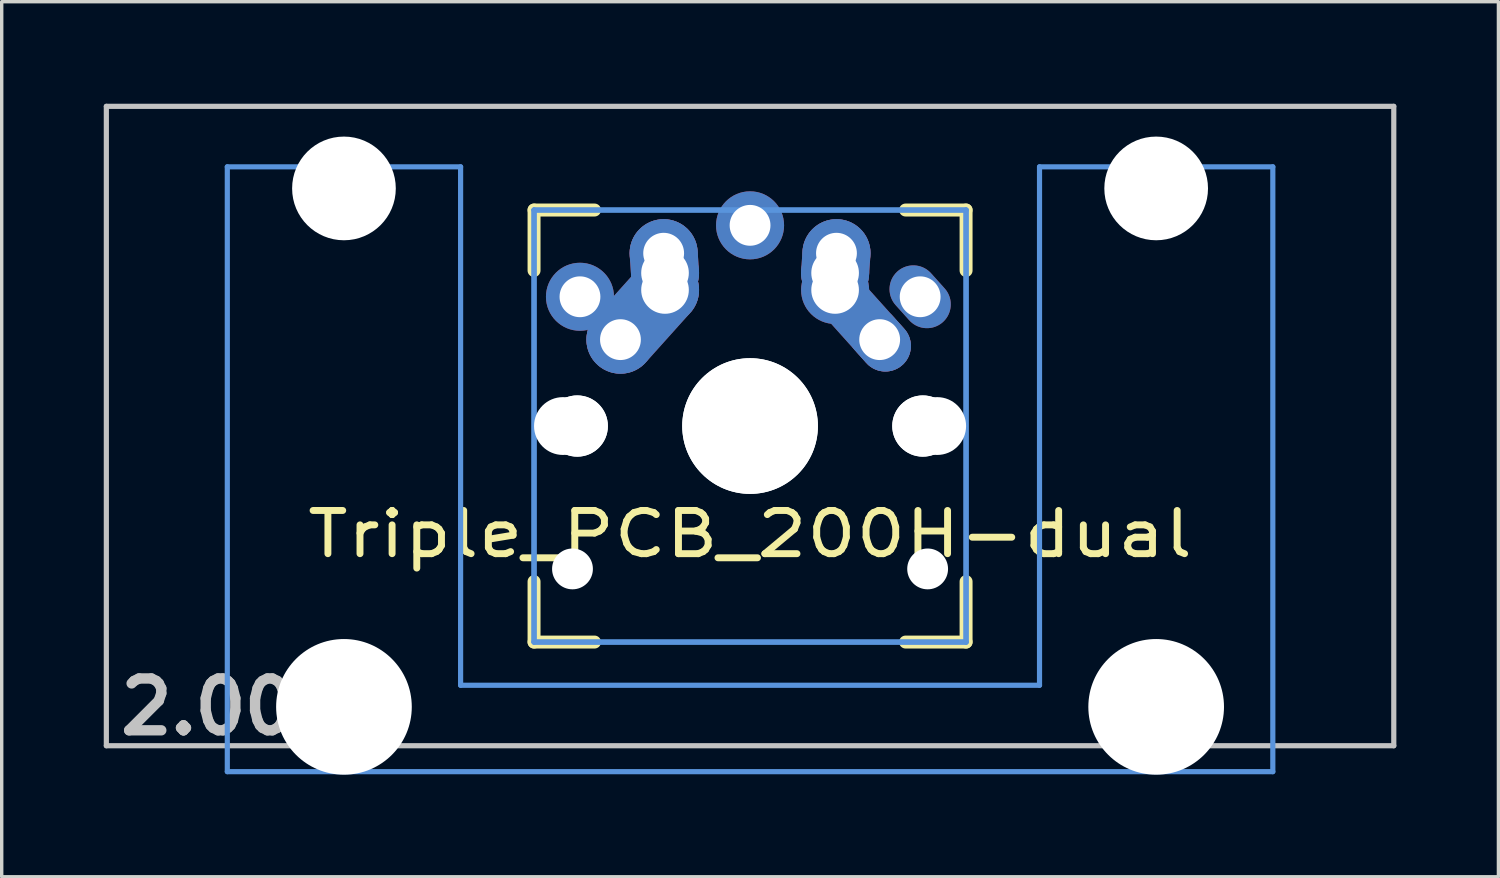
<source format=kicad_pcb>
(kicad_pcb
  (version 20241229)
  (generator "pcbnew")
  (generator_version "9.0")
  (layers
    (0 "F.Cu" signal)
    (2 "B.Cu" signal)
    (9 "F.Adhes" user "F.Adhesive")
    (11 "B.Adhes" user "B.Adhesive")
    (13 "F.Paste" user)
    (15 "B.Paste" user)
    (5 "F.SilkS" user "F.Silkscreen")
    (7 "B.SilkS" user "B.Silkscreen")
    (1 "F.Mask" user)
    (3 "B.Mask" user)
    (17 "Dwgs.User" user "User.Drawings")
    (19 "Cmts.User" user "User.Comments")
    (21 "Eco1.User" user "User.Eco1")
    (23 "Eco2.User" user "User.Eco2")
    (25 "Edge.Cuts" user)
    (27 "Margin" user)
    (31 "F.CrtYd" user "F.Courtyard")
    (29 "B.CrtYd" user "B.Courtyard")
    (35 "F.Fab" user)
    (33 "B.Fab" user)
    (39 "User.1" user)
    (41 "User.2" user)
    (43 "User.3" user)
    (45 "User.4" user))
  (footprint "Triple_PCB_200H-dual"
    (layer "F.Cu")
    (at 18.999 9.474)
    (property "Reference" "Triple_PCB_200H-dual" (at 0 3.175 0) (layer "F.SilkS") (effects (font (size 1.27 1.524) (thickness 0.203))))
    (attr through_hole)
    (fp_line (start -6.35 -6.35) (end -4.572 -6.35) (stroke (width 0.381) (type solid)) (layer "F.SilkS"))
    (fp_line (start -6.35 -4.572) (end -6.35 -6.35) (stroke (width 0.381) (type solid)) (layer "F.SilkS"))
    (fp_line (start -6.35 6.35) (end -6.35 4.572) (stroke (width 0.381) (type solid)) (layer "F.SilkS"))
    (fp_line (start -4.572 6.35) (end -6.35 6.35) (stroke (width 0.381) (type solid)) (layer "F.SilkS"))
    (fp_line (start 4.572 -6.35) (end 6.35 -6.35) (stroke (width 0.381) (type solid)) (layer "F.SilkS"))
    (fp_line (start 6.35 -6.35) (end 6.35 -4.572) (stroke (width 0.381) (type solid)) (layer "F.SilkS"))
    (fp_line (start 6.35 4.572) (end 6.35 6.35) (stroke (width 0.381) (type solid)) (layer "F.SilkS"))
    (fp_line (start 6.35 6.35) (end 4.572 6.35) (stroke (width 0.381) (type solid)) (layer "F.SilkS"))
    (fp_line (start -18.923 -9.398) (end 18.923 -9.398) (stroke (width 0.152) (type solid)) (layer "Dwgs.User"))
    (fp_line (start -18.923 9.398) (end -18.923 -9.398) (stroke (width 0.152) (type solid)) (layer "Dwgs.User"))
    (fp_line (start 18.923 -9.398) (end 18.923 9.398) (stroke (width 0.152) (type solid)) (layer "Dwgs.User"))
    (fp_line (start 18.923 9.398) (end -18.923 9.398) (stroke (width 0.152) (type solid)) (layer "Dwgs.User"))
    (fp_line (start -15.367 -7.62) (end -15.367 10.16) (stroke (width 0.152) (type solid)) (layer "Cmts.User"))
    (fp_line (start -15.367 10.16) (end 15.367 10.16) (stroke (width 0.152) (type solid)) (layer "Cmts.User"))
    (fp_line (start -8.509 -7.62) (end -15.367 -7.62) (stroke (width 0.152) (type solid)) (layer "Cmts.User"))
    (fp_line (start -8.509 7.62) (end -8.509 -7.62) (stroke (width 0.152) (type solid)) (layer "Cmts.User"))
    (fp_line (start -6.35 -6.35) (end 6.35 -6.35) (stroke (width 0.152) (type solid)) (layer "Cmts.User"))
    (fp_line (start -6.35 -6.35) (end 6.35 -6.35) (stroke (width 0.152) (type solid)) (layer "Cmts.User"))
    (fp_line (start -6.35 6.35) (end -6.35 -6.35) (stroke (width 0.152) (type solid)) (layer "Cmts.User"))
    (fp_line (start -6.35 6.35) (end -6.35 -6.35) (stroke (width 0.152) (type solid)) (layer "Cmts.User"))
    (fp_line (start 6.35 -6.35) (end 6.35 6.35) (stroke (width 0.152) (type solid)) (layer "Cmts.User"))
    (fp_line (start 6.35 -6.35) (end 6.35 6.35) (stroke (width 0.152) (type solid)) (layer "Cmts.User"))
    (fp_line (start 6.35 6.35) (end -6.35 6.35) (stroke (width 0.152) (type solid)) (layer "Cmts.User"))
    (fp_line (start 6.35 6.35) (end -6.35 6.35) (stroke (width 0.152) (type solid)) (layer "Cmts.User"))
    (fp_line (start 8.509 -7.62) (end 8.509 7.62) (stroke (width 0.152) (type solid)) (layer "Cmts.User"))
    (fp_line (start 8.509 7.62) (end -8.509 7.62) (stroke (width 0.152) (type solid)) (layer "Cmts.User"))
    (fp_line (start 15.367 -7.62) (end 8.509 -7.62) (stroke (width 0.152) (type solid)) (layer "Cmts.User"))
    (fp_line (start 15.367 10.16) (end 15.367 -7.62) (stroke (width 0.152) (type solid)) (layer "Cmts.User"))
    (fp_line (start -16.129 -2.286) (end -15.265 -2.286) (stroke (width 0.152) (type solid)) (layer "Eco2.User"))
    (fp_line (start -16.129 0.508) (end -16.129 -2.286) (stroke (width 0.152) (type solid)) (layer "Eco2.User"))
    (fp_line (start -15.265 -5.69) (end -8.611 -5.69) (stroke (width 0.152) (type solid)) (layer "Eco2.User"))
    (fp_line (start -15.265 -2.286) (end -15.265 -5.69) (stroke (width 0.152) (type solid)) (layer "Eco2.User"))
    (fp_line (start -15.265 0.508) (end -16.129 0.508) (stroke (width 0.152) (type solid)) (layer "Eco2.User"))
    (fp_line (start -15.265 6.604) (end -15.265 0.508) (stroke (width 0.152) (type solid)) (layer "Eco2.User"))
    (fp_line (start -14.224 6.604) (end -15.265 6.604) (stroke (width 0.152) (type solid)) (layer "Eco2.User"))
    (fp_line (start -14.224 7.772) (end -14.224 6.604) (stroke (width 0.152) (type solid)) (layer "Eco2.User"))
    (fp_line (start -9.652 6.604) (end -9.652 7.772) (stroke (width 0.152) (type solid)) (layer "Eco2.User"))
    (fp_line (start -9.652 7.772) (end -14.224 7.772) (stroke (width 0.152) (type solid)) (layer "Eco2.User"))
    (fp_line (start -8.611 -5.69) (end -8.611 -4.877) (stroke (width 0.152) (type solid)) (layer "Eco2.User"))
    (fp_line (start -8.611 -4.877) (end -6.985 -4.877) (stroke (width 0.152) (type solid)) (layer "Eco2.User"))
    (fp_line (start -8.611 5.817) (end -8.611 6.604) (stroke (width 0.152) (type solid)) (layer "Eco2.User"))
    (fp_line (start -8.611 6.604) (end -9.652 6.604) (stroke (width 0.152) (type solid)) (layer "Eco2.User"))
    (fp_line (start -7.5 -7.5) (end 7.5 -7.5) (stroke (width 0.152) (type solid)) (layer "Eco2.User"))
    (fp_line (start -7.5 7.5) (end -7.5 -7.5) (stroke (width 0.152) (type solid)) (layer "Eco2.User"))
    (fp_line (start -6.985 -6.985) (end 6.985 -6.985) (stroke (width 0.152) (type solid)) (layer "Eco2.User"))
    (fp_line (start -6.985 -6.985) (end 6.985 -6.985) (stroke (width 0.152) (type solid)) (layer "Eco2.User"))
    (fp_line (start -6.985 -4.877) (end -6.985 -6.985) (stroke (width 0.152) (type solid)) (layer "Eco2.User"))
    (fp_line (start -6.985 5.817) (end -8.611 5.817) (stroke (width 0.152) (type solid)) (layer "Eco2.User"))
    (fp_line (start -6.985 6.985) (end -6.985 -6.985) (stroke (width 0.152) (type solid)) (layer "Eco2.User"))
    (fp_line (start -6.985 6.985) (end -6.985 5.817) (stroke (width 0.152) (type solid)) (layer "Eco2.User"))
    (fp_line (start 6.985 -6.985) (end 6.985 -4.877) (stroke (width 0.152) (type solid)) (layer "Eco2.User"))
    (fp_line (start 6.985 -6.985) (end 6.985 6.985) (stroke (width 0.152) (type solid)) (layer "Eco2.User"))
    (fp_line (start 6.985 -4.877) (end 8.611 -4.877) (stroke (width 0.152) (type solid)) (layer "Eco2.User"))
    (fp_line (start 6.985 5.817) (end 6.985 6.985) (stroke (width 0.152) (type solid)) (layer "Eco2.User"))
    (fp_line (start 6.985 6.985) (end -6.985 6.985) (stroke (width 0.152) (type solid)) (layer "Eco2.User"))
    (fp_line (start 6.985 6.985) (end -6.985 6.985) (stroke (width 0.152) (type solid)) (layer "Eco2.User"))
    (fp_line (start 7.5 -7.5) (end 7.5 7.5) (stroke (width 0.152) (type solid)) (layer "Eco2.User"))
    (fp_line (start 7.5 7.5) (end -7.5 7.5) (stroke (width 0.152) (type solid)) (layer "Eco2.User"))
    (fp_line (start 8.611 -5.69) (end 15.265 -5.69) (stroke (width 0.152) (type solid)) (layer "Eco2.User"))
    (fp_line (start 8.611 -4.877) (end 8.611 -5.69) (stroke (width 0.152) (type solid)) (layer "Eco2.User"))
    (fp_line (start 8.611 5.817) (end 6.985 5.817) (stroke (width 0.152) (type solid)) (layer "Eco2.User"))
    (fp_line (start 8.611 6.604) (end 8.611 5.817) (stroke (width 0.152) (type solid)) (layer "Eco2.User"))
    (fp_line (start 9.652 6.604) (end 8.611 6.604) (stroke (width 0.152) (type solid)) (layer "Eco2.User"))
    (fp_line (start 9.652 7.772) (end 9.652 6.604) (stroke (width 0.152) (type solid)) (layer "Eco2.User"))
    (fp_line (start 14.224 6.604) (end 14.224 7.772) (stroke (width 0.152) (type solid)) (layer "Eco2.User"))
    (fp_line (start 14.224 7.772) (end 9.652 7.772) (stroke (width 0.152) (type solid)) (layer "Eco2.User"))
    (fp_line (start 15.265 -5.69) (end 15.265 -2.286) (stroke (width 0.152) (type solid)) (layer "Eco2.User"))
    (fp_line (start 15.265 -2.286) (end 16.129 -2.286) (stroke (width 0.152) (type solid)) (layer "Eco2.User"))
    (fp_line (start 15.265 0.508) (end 15.265 6.604) (stroke (width 0.152) (type solid)) (layer "Eco2.User"))
    (fp_line (start 15.265 6.604) (end 14.224 6.604) (stroke (width 0.152) (type solid)) (layer "Eco2.User"))
    (fp_line (start 16.129 -2.286) (end 16.129 0.508) (stroke (width 0.152) (type solid)) (layer "Eco2.User"))
    (fp_line (start 16.129 0.508) (end 15.265 0.508) (stroke (width 0.152) (type solid)) (layer "Eco2.User"))
    (fp_text user "2.00u" (at -15.24 8.255 0) (layer "Dwgs.User") (effects (font (size 1.524 1.524) (thickness 0.305))))
    (pad "" np_thru_hole circle (at -11.938 -6.985) (size 3.048 3.048) (drill 3.048) (layers "*.Cu"))
    (pad "" np_thru_hole circle (at -11.938 8.255) (size 3.988 3.988) (drill 3.988) (layers "*.Cu"))
    (pad "" np_thru_hole circle (at -5.5 0) (size 1.7 1.7) (drill 1.7) (layers "*.Cu"))
    (pad "" np_thru_hole circle (at -5.22 4.2) (size 1.2 1.2) (drill 1.2) (layers "*.Cu"))
    (pad "" np_thru_hole circle (at -5.08 0) (size 1.8 1.8) (drill 1.8) (layers "*.Cu"))
    (pad "" np_thru_hole circle (at -5.08 0) (size 1.8 1.8) (drill 1.8) (layers "*.Cu"))
    (pad "" np_thru_hole circle (at 0 0) (size 3.988 3.988) (drill 3.988) (layers "*.Cu"))
    (pad "" np_thru_hole circle (at 0 0) (size 3.988 3.988) (drill 3.988) (layers "*.Cu"))
    (pad "" np_thru_hole circle (at 5.08 0) (size 1.8 1.8) (drill 1.8) (layers "*.Cu"))
    (pad "" np_thru_hole circle (at 5.08 0) (size 1.8 1.8) (drill 1.8) (layers "*.Cu"))
    (pad "" np_thru_hole circle (at 5.22 4.2) (size 1.2 1.2) (drill 1.2) (layers "*.Cu"))
    (pad "" np_thru_hole circle (at 5.5 0) (size 1.7 1.7) (drill 1.7) (layers "*.Cu"))
    (pad "" np_thru_hole circle (at 11.938 -6.985) (size 3.048 3.048) (drill 3.048) (layers "*.Cu"))
    (pad "" np_thru_hole circle (at 11.938 8.255) (size 3.988 3.988) (drill 3.988) (layers "*.Cu"))
    (pad "1" thru_hole circle (at -5 -3.8 138.1) (size 2 2) (drill 1.2) (layers "*.Cu" "*.Mask"))
    (pad "1" thru_hole circle (at -3.81 -2.54) (size 2 2) (drill oval 1.2) (layers "*.Cu" "*.Mask"))
    (pad "1" smd oval (at -3.155 -3.27 138.1) (size 2 3.962) (layers "F.Cu" "F.Mask" "F.Paste"))
    (pad "1" smd oval (at -3.155 -3.27 138.1) (size 2 3.962) (layers "B.Cu" "B.Mask" "B.Paste"))
    (pad "1" thru_hole circle (at -2.54 -5.08 330.95) (size 2 2) (drill 1.2) (layers "*.Cu" "*.Mask"))
    (pad "1" smd oval (at -2.52 -4.79 3.945) (size 2 2.581) (layers "F.Cu" "F.Mask" "F.Paste"))
    (pad "1" smd oval (at -2.52 -4.79 3.945) (size 2 2.581) (layers "B.Cu" "B.Mask" "B.Paste"))
    (pad "1" thru_hole circle (at -2.5 -4.5 330.95) (size 2 2) (drill 1.4) (layers "*.Cu" "*.Mask"))
    (pad "1" thru_hole circle (at -2.5 -4 330.95) (size 2 2) (drill 1.4) (layers "*.Cu" "*.Mask"))
    (pad "1" thru_hole oval (at 5 -3.8 221.9) (size 1.4 2) (drill 1.2) (layers "*.Cu" "*.Mask"))
    (pad "2" thru_hole circle (at 0 -5.9) (size 2 2) (drill 1.2) (layers "*.Cu" "*.Mask"))
    (pad "2" thru_hole circle (at 2.5 -4.5 330.95) (size 2 2) (drill 1.4) (layers "*.Cu" "*.Mask"))
    (pad "2" thru_hole circle (at 2.5 -4) (size 2 2) (drill 1.4) (layers "*.Cu" "*.Mask"))
    (pad "2" smd oval (at 2.52 -4.79 356.055) (size 2 2.581) (layers "F.Cu" "F.Mask" "F.Paste"))
    (pad "2" smd oval (at 2.52 -4.79 356.055) (size 2 2.581) (layers "B.Cu" "B.Mask" "B.Paste"))
    (pad "2" thru_hole circle (at 2.54 -5.08 330.95) (size 2 2) (drill 1.2) (layers "*.Cu" "*.Mask"))
    (pad "2" smd oval (at 3.155 -3.27 221.9) (size 1.5 3.962) (layers "F.Cu" "F.Mask" "F.Paste"))
    (pad "2" smd oval (at 3.155 -3.27 221.9) (size 1.5 3.962) (layers "B.Cu" "B.Mask" "B.Paste"))
    (pad "2" thru_hole oval (at 3.81 -2.54 311.9) (size 2 1.5) (drill 1.2) (layers "*.Cu" "*.Mask")))
  (gr_rect
    (start -3 -3)
    (end 40.998 22.723)
    (stroke (width 0.1) (type default))
    (fill no)
    (layer "Edge.Cuts")))
</source>
